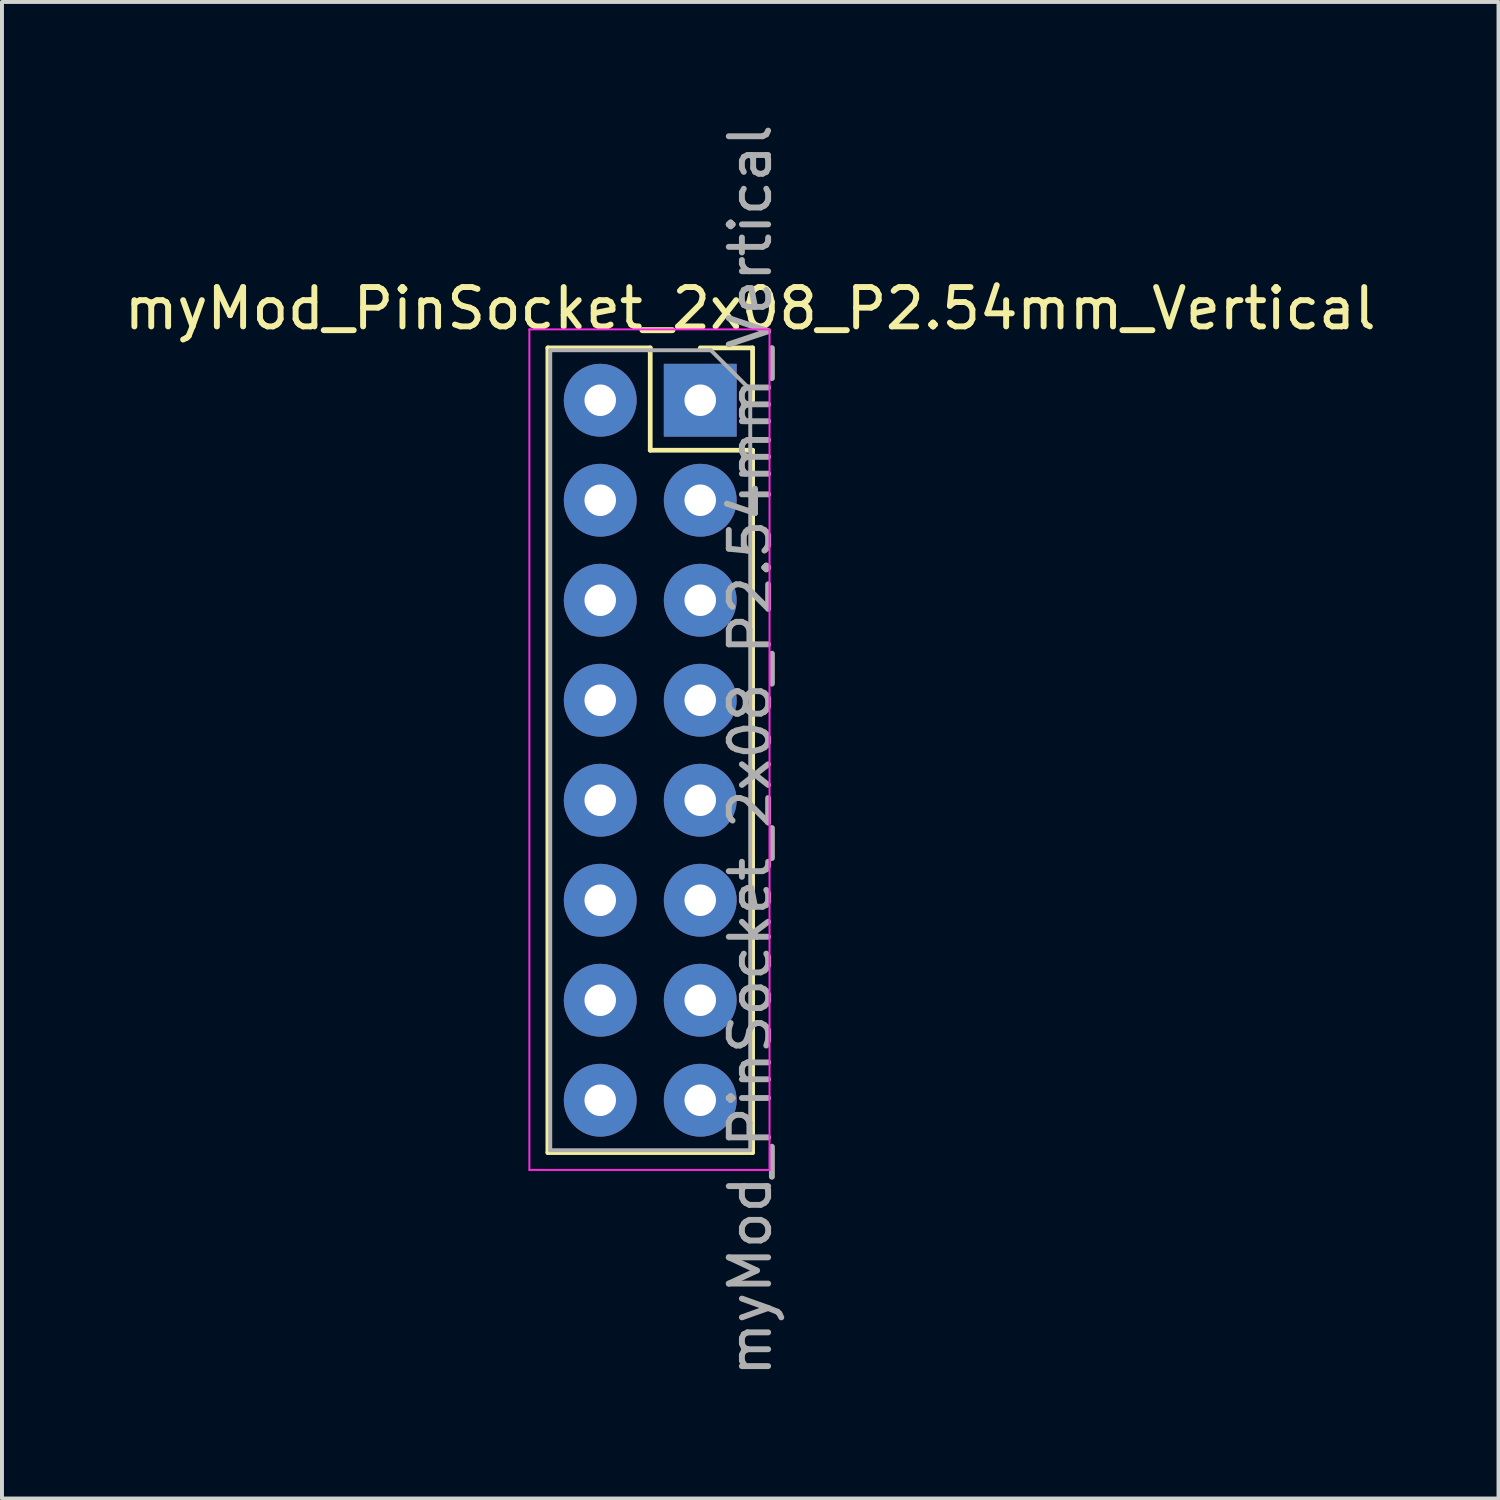
<source format=kicad_pcb>
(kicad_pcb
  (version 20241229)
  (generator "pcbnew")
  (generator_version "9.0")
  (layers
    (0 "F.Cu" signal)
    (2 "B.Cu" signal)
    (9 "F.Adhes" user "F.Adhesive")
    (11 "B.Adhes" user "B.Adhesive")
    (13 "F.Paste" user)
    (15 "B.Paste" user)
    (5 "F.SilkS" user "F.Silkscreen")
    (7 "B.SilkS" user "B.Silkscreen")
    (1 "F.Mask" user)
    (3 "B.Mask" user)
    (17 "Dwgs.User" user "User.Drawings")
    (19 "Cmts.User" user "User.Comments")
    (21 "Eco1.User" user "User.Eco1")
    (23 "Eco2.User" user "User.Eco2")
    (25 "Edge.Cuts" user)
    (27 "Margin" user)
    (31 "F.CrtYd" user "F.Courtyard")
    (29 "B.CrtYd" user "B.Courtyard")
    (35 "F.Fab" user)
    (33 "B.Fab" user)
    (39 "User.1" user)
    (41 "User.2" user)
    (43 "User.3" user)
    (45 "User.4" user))
  (footprint "myMod_PinSocket_2x08_P2.54mm_Vertical"
    (layer "F.Cu")
    (at 14.736 7.116)
    (property "Reference" "myMod_PinSocket_2x08_P2.54mm_Vertical" (at 1.27 -2.33 0) (layer "F.SilkS") (effects (font (size 1 1) (thickness 0.15))))
    (attr through_hole)
    (fp_line (start -3.87 -1.33) (end -3.87 19.11) (stroke (width 0.12) (type solid)) (layer "F.SilkS"))
    (fp_line (start -3.87 -1.33) (end -1.27 -1.33) (stroke (width 0.12) (type solid)) (layer "F.SilkS"))
    (fp_line (start -3.87 19.11) (end 1.33 19.11) (stroke (width 0.12) (type solid)) (layer "F.SilkS"))
    (fp_line (start -1.27 -1.33) (end -1.27 1.27) (stroke (width 0.12) (type solid)) (layer "F.SilkS"))
    (fp_line (start -1.27 1.27) (end 1.33 1.27) (stroke (width 0.12) (type solid)) (layer "F.SilkS"))
    (fp_line (start 0 -1.33) (end 1.33 -1.33) (stroke (width 0.12) (type solid)) (layer "F.SilkS"))
    (fp_line (start 1.33 -1.33) (end 1.33 0) (stroke (width 0.12) (type solid)) (layer "F.SilkS"))
    (fp_line (start 1.33 1.27) (end 1.33 19.11) (stroke (width 0.12) (type solid)) (layer "F.SilkS"))
    (fp_line (start -4.34 -1.8) (end 1.76 -1.8) (stroke (width 0.05) (type solid)) (layer "F.CrtYd"))
    (fp_line (start -4.34 19.55) (end -4.34 -1.8) (stroke (width 0.05) (type solid)) (layer "F.CrtYd"))
    (fp_line (start 1.76 -1.8) (end 1.76 19.55) (stroke (width 0.05) (type solid)) (layer "F.CrtYd"))
    (fp_line (start 1.76 19.55) (end -4.34 19.55) (stroke (width 0.05) (type solid)) (layer "F.CrtYd"))
    (fp_line (start -3.81 -1.27) (end 0.27 -1.27) (stroke (width 0.1) (type solid)) (layer "F.Fab"))
    (fp_line (start -3.81 19.05) (end -3.81 -1.27) (stroke (width 0.1) (type solid)) (layer "F.Fab"))
    (fp_line (start 0.27 -1.27) (end 1.27 -0.27) (stroke (width 0.1) (type solid)) (layer "F.Fab"))
    (fp_line (start 1.27 -0.27) (end 1.27 19.05) (stroke (width 0.1) (type solid)) (layer "F.Fab"))
    (fp_line (start 1.27 19.05) (end -3.81 19.05) (stroke (width 0.1) (type solid)) (layer "F.Fab"))
    (fp_text user "${REFERENCE}" (at 1.27 8.89 90) (layer "F.Fab") (effects (font (size 1 1) (thickness 0.15))))
    (pad "1" thru_hole rect (at 0 0) (size 1.85 1.85) (drill 0.8) (layers "*.Cu" "*.Mask"))
    (pad "2" thru_hole oval (at -2.54 0) (size 1.85 1.85) (drill 0.8) (layers "*.Cu" "*.Mask"))
    (pad "3" thru_hole oval (at 0 2.54) (size 1.85 1.85) (drill 0.8) (layers "*.Cu" "*.Mask"))
    (pad "4" thru_hole oval (at -2.54 2.54) (size 1.85 1.85) (drill 0.8) (layers "*.Cu" "*.Mask"))
    (pad "5" thru_hole oval (at 0 5.08) (size 1.85 1.85) (drill 0.8) (layers "*.Cu" "*.Mask"))
    (pad "6" thru_hole oval (at -2.54 5.08) (size 1.85 1.85) (drill 0.8) (layers "*.Cu" "*.Mask"))
    (pad "7" thru_hole oval (at 0 7.62) (size 1.85 1.85) (drill 0.8) (layers "*.Cu" "*.Mask"))
    (pad "8" thru_hole oval (at -2.54 7.62) (size 1.85 1.85) (drill 0.8) (layers "*.Cu" "*.Mask"))
    (pad "9" thru_hole oval (at 0 10.16) (size 1.85 1.85) (drill 0.8) (layers "*.Cu" "*.Mask"))
    (pad "10" thru_hole oval (at -2.54 10.16) (size 1.85 1.85) (drill 0.8) (layers "*.Cu" "*.Mask"))
    (pad "11" thru_hole oval (at 0 12.7) (size 1.85 1.85) (drill 0.8) (layers "*.Cu" "*.Mask"))
    (pad "12" thru_hole oval (at -2.54 12.7) (size 1.85 1.85) (drill 0.8) (layers "*.Cu" "*.Mask"))
    (pad "13" thru_hole oval (at 0 15.24) (size 1.85 1.85) (drill 0.8) (layers "*.Cu" "*.Mask"))
    (pad "14" thru_hole oval (at -2.54 15.24) (size 1.85 1.85) (drill 0.8) (layers "*.Cu" "*.Mask"))
    (pad "15" thru_hole oval (at 0 17.78) (size 1.85 1.85) (drill 0.8) (layers "*.Cu" "*.Mask"))
    (pad "16" thru_hole oval (at -2.54 17.78) (size 1.85 1.85) (drill 0.8) (layers "*.Cu" "*.Mask")))
  (gr_rect
    (start -3 -3)
    (end 35.012 35.012)
    (stroke (width 0.1) (type default))
    (fill no)
    (layer "Edge.Cuts")))
</source>
